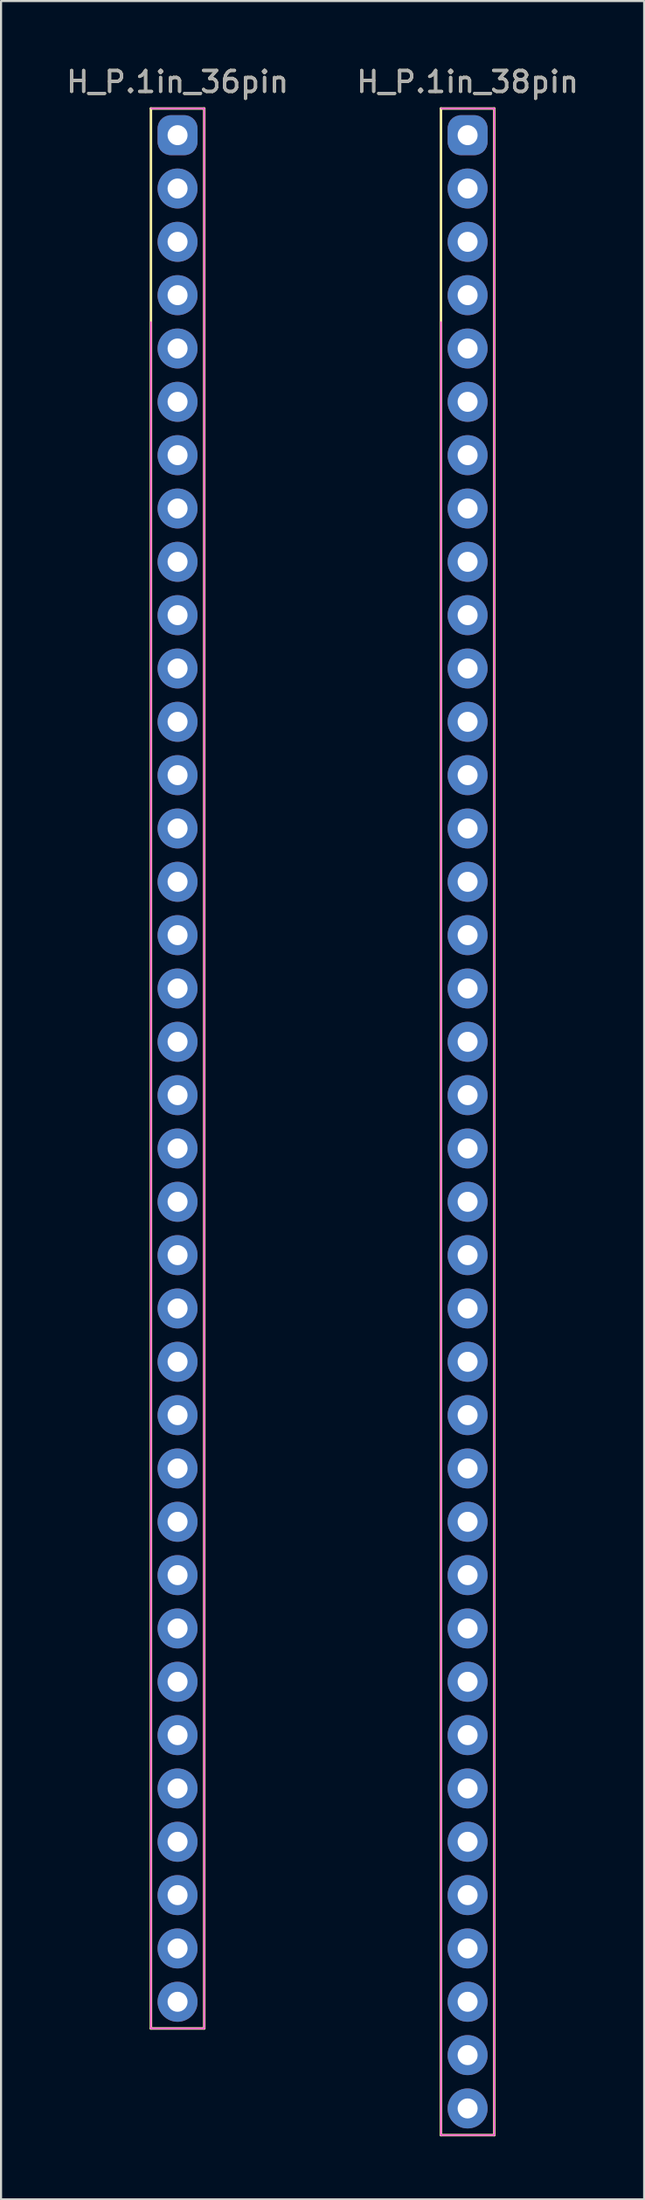
<source format=kicad_pcb>
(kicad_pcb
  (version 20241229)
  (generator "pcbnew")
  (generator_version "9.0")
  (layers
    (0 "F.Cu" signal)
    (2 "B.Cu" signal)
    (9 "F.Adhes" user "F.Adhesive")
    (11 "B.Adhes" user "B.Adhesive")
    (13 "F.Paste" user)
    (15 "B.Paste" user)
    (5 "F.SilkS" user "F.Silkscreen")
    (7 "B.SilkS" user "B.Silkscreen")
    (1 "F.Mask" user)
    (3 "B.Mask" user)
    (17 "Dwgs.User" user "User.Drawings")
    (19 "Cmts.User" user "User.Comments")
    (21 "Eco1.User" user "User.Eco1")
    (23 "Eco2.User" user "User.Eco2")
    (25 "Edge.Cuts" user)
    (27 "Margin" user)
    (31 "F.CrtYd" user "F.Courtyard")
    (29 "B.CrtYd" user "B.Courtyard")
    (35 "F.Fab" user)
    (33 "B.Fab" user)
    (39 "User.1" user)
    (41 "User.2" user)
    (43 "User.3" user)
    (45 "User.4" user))
  (footprint "H_P.1in_38pin"
    (layer "F.Cu")
    (at 19.232 3.388)
    (property "Reference" "H_P.1in_38pin" (at 0 -2.54 0) (layer "F.SilkS") (effects (font (size 1 1) (thickness 0.15))))
    (attr through_hole)
    (fp_line (start -1.27 -1.27) (end 1.27 -1.27) (stroke (width 0.12) (type solid)) (layer "F.SilkS"))
    (fp_line (start -1.27 95.25) (end -1.27 -1.27) (stroke (width 0.12) (type solid)) (layer "F.SilkS"))
    (fp_line (start 1.27 -1.27) (end 1.27 95.25) (stroke (width 0.12) (type solid)) (layer "F.SilkS"))
    (fp_line (start 1.27 95.25) (end -1.27 95.25) (stroke (width 0.12) (type solid)) (layer "F.SilkS"))
    (fp_line (start -1.27 -1.27) (end 1.27 -1.27) (stroke (width 0.05) (type solid)) (layer "F.CrtYd"))
    (fp_line (start -1.27 95.25) (end -1.27 8.89) (stroke (width 0.05) (type solid)) (layer "F.CrtYd"))
    (fp_line (start 1.27 -1.27) (end 1.27 95.25) (stroke (width 0.05) (type solid)) (layer "F.CrtYd"))
    (fp_line (start 1.27 95.25) (end -1.27 95.25) (stroke (width 0.05) (type solid)) (layer "F.CrtYd"))
    (fp_text user "${REFERENCE}" (at 0 -2.54 180) (layer "F.Fab") (effects (font (size 1 1) (thickness 0.15))))
    (pad "1" thru_hole roundrect (at 0 0 270) (size 1.905 1.905) (drill 0.953) (layers "*.Cu" "*.Mask") (roundrect_rratio 0.333))
    (pad "2" thru_hole circle (at 0 2.54 270) (size 1.905 1.905) (drill 0.953) (layers "*.Cu" "*.Mask"))
    (pad "3" thru_hole circle (at 0 5.08 270) (size 1.905 1.905) (drill 0.953) (layers "*.Cu" "*.Mask"))
    (pad "4" thru_hole circle (at 0 7.62 270) (size 1.905 1.905) (drill 0.953) (layers "*.Cu" "*.Mask"))
    (pad "5" thru_hole circle (at 0 10.16 270) (size 1.905 1.905) (drill 0.953) (layers "*.Cu" "*.Mask"))
    (pad "6" thru_hole circle (at 0 12.7 270) (size 1.905 1.905) (drill 0.953) (layers "*.Cu" "*.Mask"))
    (pad "7" thru_hole circle (at 0 15.24 270) (size 1.905 1.905) (drill 0.953) (layers "*.Cu" "*.Mask"))
    (pad "8" thru_hole circle (at 0 17.78 270) (size 1.905 1.905) (drill 0.953) (layers "*.Cu" "*.Mask"))
    (pad "9" thru_hole circle (at 0 20.32 270) (size 1.905 1.905) (drill 0.953) (layers "*.Cu" "*.Mask"))
    (pad "10" thru_hole circle (at 0 22.86 270) (size 1.905 1.905) (drill 0.953) (layers "*.Cu" "*.Mask"))
    (pad "11" thru_hole circle (at 0 25.4 270) (size 1.905 1.905) (drill 0.953) (layers "*.Cu" "*.Mask"))
    (pad "12" thru_hole circle (at 0 27.94 270) (size 1.905 1.905) (drill 0.953) (layers "*.Cu" "*.Mask"))
    (pad "13" thru_hole circle (at 0 30.48 270) (size 1.905 1.905) (drill 0.953) (layers "*.Cu" "*.Mask"))
    (pad "14" thru_hole circle (at 0 33.02 270) (size 1.905 1.905) (drill 0.953) (layers "*.Cu" "*.Mask"))
    (pad "15" thru_hole circle (at 0 35.56 270) (size 1.905 1.905) (drill 0.953) (layers "*.Cu" "*.Mask"))
    (pad "16" thru_hole circle (at 0 38.1 270) (size 1.905 1.905) (drill 0.953) (layers "*.Cu" "*.Mask"))
    (pad "17" thru_hole circle (at 0 40.64 270) (size 1.905 1.905) (drill 0.953) (layers "*.Cu" "*.Mask"))
    (pad "18" thru_hole circle (at 0 43.18 270) (size 1.905 1.905) (drill 0.953) (layers "*.Cu" "*.Mask"))
    (pad "19" thru_hole circle (at 0 45.72 270) (size 1.905 1.905) (drill 0.953) (layers "*.Cu" "*.Mask"))
    (pad "20" thru_hole circle (at 0 48.26 270) (size 1.905 1.905) (drill 0.953) (layers "*.Cu" "*.Mask"))
    (pad "21" thru_hole circle (at 0 50.8 270) (size 1.905 1.905) (drill 0.953) (layers "*.Cu" "*.Mask"))
    (pad "22" thru_hole circle (at 0 53.34 270) (size 1.905 1.905) (drill 0.953) (layers "*.Cu" "*.Mask"))
    (pad "23" thru_hole circle (at 0 55.88 270) (size 1.905 1.905) (drill 0.953) (layers "*.Cu" "*.Mask"))
    (pad "24" thru_hole circle (at 0 58.42 270) (size 1.905 1.905) (drill 0.953) (layers "*.Cu" "*.Mask"))
    (pad "25" thru_hole circle (at 0 60.96 270) (size 1.905 1.905) (drill 0.953) (layers "*.Cu" "*.Mask"))
    (pad "26" thru_hole circle (at 0 63.5 270) (size 1.905 1.905) (drill 0.953) (layers "*.Cu" "*.Mask"))
    (pad "27" thru_hole circle (at 0 66.04 270) (size 1.905 1.905) (drill 0.953) (layers "*.Cu" "*.Mask"))
    (pad "28" thru_hole circle (at 0 68.58 270) (size 1.905 1.905) (drill 0.953) (layers "*.Cu" "*.Mask"))
    (pad "29" thru_hole circle (at 0 71.12 270) (size 1.905 1.905) (drill 0.953) (layers "*.Cu" "*.Mask"))
    (pad "30" thru_hole circle (at 0 73.66 270) (size 1.905 1.905) (drill 0.953) (layers "*.Cu" "*.Mask"))
    (pad "31" thru_hole circle (at 0 76.2 270) (size 1.905 1.905) (drill 0.953) (layers "*.Cu" "*.Mask"))
    (pad "32" thru_hole circle (at 0 78.74 270) (size 1.905 1.905) (drill 0.953) (layers "*.Cu" "*.Mask"))
    (pad "33" thru_hole circle (at 0 81.28 270) (size 1.905 1.905) (drill 0.953) (layers "*.Cu" "*.Mask"))
    (pad "34" thru_hole circle (at 0 83.82 270) (size 1.905 1.905) (drill 0.953) (layers "*.Cu" "*.Mask"))
    (pad "35" thru_hole circle (at 0 86.36 270) (size 1.905 1.905) (drill 0.953) (layers "*.Cu" "*.Mask"))
    (pad "36" thru_hole circle (at 0 88.9 270) (size 1.905 1.905) (drill 0.953) (layers "*.Cu" "*.Mask"))
    (pad "37" thru_hole circle (at 0 91.44 270) (size 1.905 1.905) (drill 0.953) (layers "*.Cu" "*.Mask"))
    (pad "38" thru_hole circle (at 0 93.98 270) (size 1.905 1.905) (drill 0.953) (layers "*.Cu" "*.Mask")))
  (footprint "H_P.1in_36pin"
    (layer "F.Cu")
    (at 5.411 3.388)
    (property "Reference" "H_P.1in_36pin" (at 0 -2.54 0) (layer "F.SilkS") (effects (font (size 1 1) (thickness 0.15))))
    (attr through_hole)
    (fp_line (start -1.27 -1.27) (end 1.27 -1.27) (stroke (width 0.12) (type solid)) (layer "F.SilkS"))
    (fp_line (start -1.27 90.17) (end -1.27 -1.27) (stroke (width 0.12) (type solid)) (layer "F.SilkS"))
    (fp_line (start 1.27 -1.27) (end 1.27 90.17) (stroke (width 0.12) (type solid)) (layer "F.SilkS"))
    (fp_line (start 1.27 90.17) (end -1.27 90.17) (stroke (width 0.12) (type solid)) (layer "F.SilkS"))
    (fp_line (start -1.27 -1.27) (end 1.27 -1.27) (stroke (width 0.05) (type solid)) (layer "F.CrtYd"))
    (fp_line (start -1.27 90.17) (end -1.27 8.89) (stroke (width 0.05) (type solid)) (layer "F.CrtYd"))
    (fp_line (start 1.27 -1.27) (end 1.27 90.17) (stroke (width 0.05) (type solid)) (layer "F.CrtYd"))
    (fp_line (start 1.27 90.17) (end -1.27 90.17) (stroke (width 0.05) (type solid)) (layer "F.CrtYd"))
    (fp_text user "${REFERENCE}" (at 0 -2.54 180) (layer "F.Fab") (effects (font (size 1 1) (thickness 0.15))))
    (pad "1" thru_hole roundrect (at 0 0 270) (size 1.905 1.905) (drill 0.953) (layers "*.Cu" "*.Mask") (roundrect_rratio 0.333))
    (pad "2" thru_hole circle (at 0 2.54 270) (size 1.905 1.905) (drill 0.953) (layers "*.Cu" "*.Mask"))
    (pad "3" thru_hole circle (at 0 5.08 270) (size 1.905 1.905) (drill 0.953) (layers "*.Cu" "*.Mask"))
    (pad "4" thru_hole circle (at 0 7.62 270) (size 1.905 1.905) (drill 0.953) (layers "*.Cu" "*.Mask"))
    (pad "5" thru_hole circle (at 0 10.16 270) (size 1.905 1.905) (drill 0.953) (layers "*.Cu" "*.Mask"))
    (pad "6" thru_hole circle (at 0 12.7 270) (size 1.905 1.905) (drill 0.953) (layers "*.Cu" "*.Mask"))
    (pad "7" thru_hole circle (at 0 15.24 270) (size 1.905 1.905) (drill 0.953) (layers "*.Cu" "*.Mask"))
    (pad "8" thru_hole circle (at 0 17.78 270) (size 1.905 1.905) (drill 0.953) (layers "*.Cu" "*.Mask"))
    (pad "9" thru_hole circle (at 0 20.32 270) (size 1.905 1.905) (drill 0.953) (layers "*.Cu" "*.Mask"))
    (pad "10" thru_hole circle (at 0 22.86 270) (size 1.905 1.905) (drill 0.953) (layers "*.Cu" "*.Mask"))
    (pad "11" thru_hole circle (at 0 25.4 270) (size 1.905 1.905) (drill 0.953) (layers "*.Cu" "*.Mask"))
    (pad "12" thru_hole circle (at 0 27.94 270) (size 1.905 1.905) (drill 0.953) (layers "*.Cu" "*.Mask"))
    (pad "13" thru_hole circle (at 0 30.48 270) (size 1.905 1.905) (drill 0.953) (layers "*.Cu" "*.Mask"))
    (pad "14" thru_hole circle (at 0 33.02 270) (size 1.905 1.905) (drill 0.953) (layers "*.Cu" "*.Mask"))
    (pad "15" thru_hole circle (at 0 35.56 270) (size 1.905 1.905) (drill 0.953) (layers "*.Cu" "*.Mask"))
    (pad "16" thru_hole circle (at 0 38.1 270) (size 1.905 1.905) (drill 0.953) (layers "*.Cu" "*.Mask"))
    (pad "17" thru_hole circle (at 0 40.64 270) (size 1.905 1.905) (drill 0.953) (layers "*.Cu" "*.Mask"))
    (pad "18" thru_hole circle (at 0 43.18 270) (size 1.905 1.905) (drill 0.953) (layers "*.Cu" "*.Mask"))
    (pad "19" thru_hole circle (at 0 45.72 270) (size 1.905 1.905) (drill 0.953) (layers "*.Cu" "*.Mask"))
    (pad "20" thru_hole circle (at 0 48.26 270) (size 1.905 1.905) (drill 0.953) (layers "*.Cu" "*.Mask"))
    (pad "21" thru_hole circle (at 0 50.8 270) (size 1.905 1.905) (drill 0.953) (layers "*.Cu" "*.Mask"))
    (pad "22" thru_hole circle (at 0 53.34 270) (size 1.905 1.905) (drill 0.953) (layers "*.Cu" "*.Mask"))
    (pad "23" thru_hole circle (at 0 55.88 270) (size 1.905 1.905) (drill 0.953) (layers "*.Cu" "*.Mask"))
    (pad "24" thru_hole circle (at 0 58.42 270) (size 1.905 1.905) (drill 0.953) (layers "*.Cu" "*.Mask"))
    (pad "25" thru_hole circle (at 0 60.96 270) (size 1.905 1.905) (drill 0.953) (layers "*.Cu" "*.Mask"))
    (pad "26" thru_hole circle (at 0 63.5 270) (size 1.905 1.905) (drill 0.953) (layers "*.Cu" "*.Mask"))
    (pad "27" thru_hole circle (at 0 66.04 270) (size 1.905 1.905) (drill 0.953) (layers "*.Cu" "*.Mask"))
    (pad "28" thru_hole circle (at 0 68.58 270) (size 1.905 1.905) (drill 0.953) (layers "*.Cu" "*.Mask"))
    (pad "29" thru_hole circle (at 0 71.12 270) (size 1.905 1.905) (drill 0.953) (layers "*.Cu" "*.Mask"))
    (pad "30" thru_hole circle (at 0 73.66 270) (size 1.905 1.905) (drill 0.953) (layers "*.Cu" "*.Mask"))
    (pad "31" thru_hole circle (at 0 76.2 270) (size 1.905 1.905) (drill 0.953) (layers "*.Cu" "*.Mask"))
    (pad "32" thru_hole circle (at 0 78.74 270) (size 1.905 1.905) (drill 0.953) (layers "*.Cu" "*.Mask"))
    (pad "33" thru_hole circle (at 0 81.28 270) (size 1.905 1.905) (drill 0.953) (layers "*.Cu" "*.Mask"))
    (pad "34" thru_hole circle (at 0 83.82 270) (size 1.905 1.905) (drill 0.953) (layers "*.Cu" "*.Mask"))
    (pad "35" thru_hole circle (at 0 86.36 270) (size 1.905 1.905) (drill 0.953) (layers "*.Cu" "*.Mask"))
    (pad "36" thru_hole circle (at 0 88.9 270) (size 1.905 1.905) (drill 0.953) (layers "*.Cu" "*.Mask")))
  (gr_rect
    (start -3 -3)
    (end 27.643 101.698)
    (stroke (width 0.1) (type default))
    (fill no)
    (layer "Edge.Cuts")))
</source>
